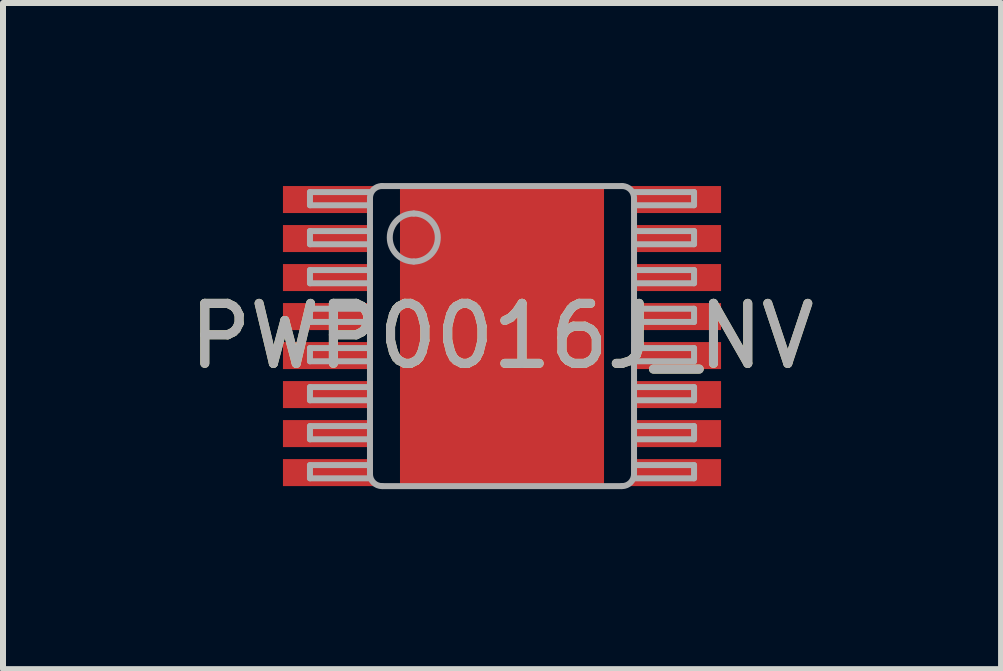
<source format=kicad_pcb>
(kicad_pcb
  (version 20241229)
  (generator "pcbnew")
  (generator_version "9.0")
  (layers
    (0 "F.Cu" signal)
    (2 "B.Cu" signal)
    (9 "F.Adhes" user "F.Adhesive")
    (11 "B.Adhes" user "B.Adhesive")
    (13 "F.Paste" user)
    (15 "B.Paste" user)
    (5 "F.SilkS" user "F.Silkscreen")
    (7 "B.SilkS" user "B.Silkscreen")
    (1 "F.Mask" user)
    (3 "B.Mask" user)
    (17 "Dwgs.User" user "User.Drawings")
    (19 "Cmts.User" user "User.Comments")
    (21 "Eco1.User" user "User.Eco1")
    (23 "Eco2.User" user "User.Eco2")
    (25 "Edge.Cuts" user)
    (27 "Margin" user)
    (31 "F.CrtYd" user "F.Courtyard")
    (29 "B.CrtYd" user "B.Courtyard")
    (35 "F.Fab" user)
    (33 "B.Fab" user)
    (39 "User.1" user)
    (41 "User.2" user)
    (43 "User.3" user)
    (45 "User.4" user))
  (footprint "PWP0016J_NV"
    (layer "F.Cu")
    (at 5.315 2.55)
    (property "Reference" "PWP0016J_NV" (at 0 0 0) (unlocked yes) (layer "F.SilkS") (effects (font (size 1 1) (thickness 0.15))))
    (attr smd)
    (fp_poly (pts (xy -1.23 1.726) (xy -1.23 -1.726) (xy -1.229 -1.735) (xy -1.226 -1.745) (xy -1.222 -1.753) (xy -1.216 -1.761) (xy -1.208 -1.767) (xy -1.2 -1.771) (xy -1.19 -1.774) (xy -1.181 -1.775) (xy 1.181 -1.775) (xy 1.19 -1.774) (xy 1.2 -1.771) (xy 1.208 -1.767) (xy 1.216 -1.761) (xy 1.222 -1.753) (xy 1.226 -1.745) (xy 1.229 -1.735) (xy 1.23 -1.726) (xy 1.23 1.726) (xy 1.229 1.735) (xy 1.226 1.745) (xy 1.222 1.753) (xy 1.216 1.761) (xy 1.208 1.767) (xy 1.2 1.771) (xy 1.19 1.774) (xy 1.181 1.775) (xy -1.181 1.775) (xy -1.19 1.774) (xy -1.2 1.771) (xy -1.208 1.767) (xy -1.216 1.761) (xy -1.222 1.753) (xy -1.226 1.745) (xy -1.229 1.735)) (stroke (width 0) (type solid)) (fill yes) (layer "F.Mask"))
    (fp_poly (pts (xy -1.23 1.726) (xy -1.23 -1.726) (xy -1.229 -1.735) (xy -1.226 -1.745) (xy -1.222 -1.753) (xy -1.216 -1.761) (xy -1.208 -1.767) (xy -1.2 -1.771) (xy -1.19 -1.774) (xy -1.181 -1.775) (xy 1.181 -1.775) (xy 1.19 -1.774) (xy 1.2 -1.771) (xy 1.208 -1.767) (xy 1.216 -1.761) (xy 1.222 -1.753) (xy 1.226 -1.745) (xy 1.229 -1.735) (xy 1.23 -1.726) (xy 1.23 1.726) (xy 1.229 1.735) (xy 1.226 1.745) (xy 1.222 1.753) (xy 1.216 1.761) (xy 1.208 1.767) (xy 1.2 1.771) (xy 1.19 1.774) (xy 1.181 1.775) (xy -1.181 1.775) (xy -1.19 1.774) (xy -1.2 1.771) (xy -1.208 1.767) (xy -1.216 1.761) (xy -1.222 1.753) (xy -1.226 1.745) (xy -1.229 1.735)) (stroke (width 0) (type solid)) (fill yes) (layer "F.Paste"))
    (fp_line (start -3.2 -2.4) (end -2.216 -2.4) (stroke (width 0.1) (type solid)) (layer "F.Fab"))
    (fp_line (start -3.2 -2.18) (end -3.2 -2.4) (stroke (width 0.1) (type solid)) (layer "F.Fab"))
    (fp_line (start -3.2 -2.18) (end -2.216 -2.18) (stroke (width 0.1) (type solid)) (layer "F.Fab"))
    (fp_line (start -3.2 -1.75) (end -2.216 -1.75) (stroke (width 0.1) (type solid)) (layer "F.Fab"))
    (fp_line (start -3.2 -1.53) (end -3.2 -1.75) (stroke (width 0.1) (type solid)) (layer "F.Fab"))
    (fp_line (start -3.2 -1.53) (end -2.216 -1.53) (stroke (width 0.1) (type solid)) (layer "F.Fab"))
    (fp_line (start -3.2 -1.1) (end -2.216 -1.1) (stroke (width 0.1) (type solid)) (layer "F.Fab"))
    (fp_line (start -3.2 -0.88) (end -3.2 -1.1) (stroke (width 0.1) (type solid)) (layer "F.Fab"))
    (fp_line (start -3.2 -0.88) (end -2.216 -0.88) (stroke (width 0.1) (type solid)) (layer "F.Fab"))
    (fp_line (start -3.2 -0.455) (end -2.216 -0.455) (stroke (width 0.1) (type solid)) (layer "F.Fab"))
    (fp_line (start -3.2 -0.235) (end -3.2 -0.455) (stroke (width 0.1) (type solid)) (layer "F.Fab"))
    (fp_line (start -3.2 -0.235) (end -2.216 -0.235) (stroke (width 0.1) (type solid)) (layer "F.Fab"))
    (fp_line (start -3.2 0.2) (end -2.216 0.2) (stroke (width 0.1) (type solid)) (layer "F.Fab"))
    (fp_line (start -3.2 0.42) (end -3.2 0.2) (stroke (width 0.1) (type solid)) (layer "F.Fab"))
    (fp_line (start -3.2 0.42) (end -2.216 0.42) (stroke (width 0.1) (type solid)) (layer "F.Fab"))
    (fp_line (start -3.2 0.85) (end -2.216 0.85) (stroke (width 0.1) (type solid)) (layer "F.Fab"))
    (fp_line (start -3.2 1.07) (end -3.2 0.85) (stroke (width 0.1) (type solid)) (layer "F.Fab"))
    (fp_line (start -3.2 1.07) (end -2.216 1.07) (stroke (width 0.1) (type solid)) (layer "F.Fab"))
    (fp_line (start -3.2 1.5) (end -2.216 1.5) (stroke (width 0.1) (type solid)) (layer "F.Fab"))
    (fp_line (start -3.2 1.72) (end -3.2 1.5) (stroke (width 0.1) (type solid)) (layer "F.Fab"))
    (fp_line (start -3.2 1.72) (end -2.216 1.72) (stroke (width 0.1) (type solid)) (layer "F.Fab"))
    (fp_line (start -3.2 2.15) (end -2.216 2.15) (stroke (width 0.1) (type solid)) (layer "F.Fab"))
    (fp_line (start -3.2 2.37) (end -3.2 2.15) (stroke (width 0.1) (type solid)) (layer "F.Fab"))
    (fp_line (start -3.2 2.37) (end -2.216 2.37) (stroke (width 0.1) (type solid)) (layer "F.Fab"))
    (fp_line (start -2.2 2.3) (end -2.2 -2.3) (stroke (width 0.1) (type solid)) (layer "F.Fab"))
    (fp_line (start -2 -2.5) (end 2 -2.5) (stroke (width 0.1) (type solid)) (layer "F.Fab"))
    (fp_line (start -2 2.5) (end 2 2.5) (stroke (width 0.1) (type solid)) (layer "F.Fab"))
    (fp_line (start 2.2 2.3) (end 2.2 -2.3) (stroke (width 0.1) (type solid)) (layer "F.Fab"))
    (fp_line (start 2.216 -2.4) (end 3.2 -2.4) (stroke (width 0.1) (type solid)) (layer "F.Fab"))
    (fp_line (start 2.216 -2.18) (end 3.2 -2.18) (stroke (width 0.1) (type solid)) (layer "F.Fab"))
    (fp_line (start 2.216 -1.75) (end 3.2 -1.75) (stroke (width 0.1) (type solid)) (layer "F.Fab"))
    (fp_line (start 2.216 -1.53) (end 3.2 -1.53) (stroke (width 0.1) (type solid)) (layer "F.Fab"))
    (fp_line (start 2.216 -1.1) (end 3.2 -1.1) (stroke (width 0.1) (type solid)) (layer "F.Fab"))
    (fp_line (start 2.216 -0.88) (end 3.2 -0.88) (stroke (width 0.1) (type solid)) (layer "F.Fab"))
    (fp_line (start 2.216 -0.455) (end 3.2 -0.455) (stroke (width 0.1) (type solid)) (layer "F.Fab"))
    (fp_line (start 2.216 -0.235) (end 3.2 -0.235) (stroke (width 0.1) (type solid)) (layer "F.Fab"))
    (fp_line (start 2.216 0.2) (end 3.2 0.2) (stroke (width 0.1) (type solid)) (layer "F.Fab"))
    (fp_line (start 2.216 0.42) (end 3.2 0.42) (stroke (width 0.1) (type solid)) (layer "F.Fab"))
    (fp_line (start 2.216 0.85) (end 3.2 0.85) (stroke (width 0.1) (type solid)) (layer "F.Fab"))
    (fp_line (start 2.216 1.07) (end 3.2 1.07) (stroke (width 0.1) (type solid)) (layer "F.Fab"))
    (fp_line (start 2.216 1.5) (end 3.2 1.5) (stroke (width 0.1) (type solid)) (layer "F.Fab"))
    (fp_line (start 2.216 1.72) (end 3.2 1.72) (stroke (width 0.1) (type solid)) (layer "F.Fab"))
    (fp_line (start 2.216 2.15) (end 3.2 2.15) (stroke (width 0.1) (type solid)) (layer "F.Fab"))
    (fp_line (start 2.216 2.37) (end 3.2 2.37) (stroke (width 0.1) (type solid)) (layer "F.Fab"))
    (fp_line (start 3.2 -2.18) (end 3.2 -2.4) (stroke (width 0.1) (type solid)) (layer "F.Fab"))
    (fp_line (start 3.2 -1.53) (end 3.2 -1.75) (stroke (width 0.1) (type solid)) (layer "F.Fab"))
    (fp_line (start 3.2 -0.88) (end 3.2 -1.1) (stroke (width 0.1) (type solid)) (layer "F.Fab"))
    (fp_line (start 3.2 -0.235) (end 3.2 -0.455) (stroke (width 0.1) (type solid)) (layer "F.Fab"))
    (fp_line (start 3.2 0.42) (end 3.2 0.2) (stroke (width 0.1) (type solid)) (layer "F.Fab"))
    (fp_line (start 3.2 1.07) (end 3.2 0.85) (stroke (width 0.1) (type solid)) (layer "F.Fab"))
    (fp_line (start 3.2 1.72) (end 3.2 1.5) (stroke (width 0.1) (type solid)) (layer "F.Fab"))
    (fp_line (start 3.2 2.37) (end 3.2 2.15) (stroke (width 0.1) (type solid)) (layer "F.Fab"))
    (fp_arc (start -2.200001 -2.3) (mid -2.141422 -2.441422) (end -2.000001 -2.5) (stroke (width 0.1) (type solid)) (layer "F.Fab"))
    (fp_arc (start -2.000001 2.5) (mid -2.141422 2.441422) (end -2.200001 2.3) (stroke (width 0.1) (type solid)) (layer "F.Fab"))
    (fp_arc (start -1.470139 -2.041987) (mid -1.07014 -1.641988) (end -1.470139 -1.241989) (stroke (width 0.1) (type solid)) (layer "F.Fab"))
    (fp_arc (start -1.470139 -1.241989) (mid -1.870139 -1.641988) (end -1.470139 -2.041987) (stroke (width 0.1) (type solid)) (layer "F.Fab"))
    (fp_arc (start 2.000001 -2.5) (mid 2.141422 -2.441422) (end 2.200001 -2.3) (stroke (width 0.1) (type solid)) (layer "F.Fab"))
    (fp_arc (start 2.200001 2.3) (mid 2.141422 2.441422) (end 2.000001 2.5) (stroke (width 0.1) (type solid)) (layer "F.Fab"))
    (fp_text user "${REFERENCE}" (at 0 0 0) (unlocked yes) (layer "F.Fab") (effects (font (size 1 1) (thickness 0.15))))
    (pad "1" smd rect (at -2.9 -2.275 90) (size 0.45 1.5) (layers "F.Cu" "F.Mask" "F.Paste"))
    (pad "2" smd rect (at -2.9 -1.625 90) (size 0.45 1.5) (layers "F.Cu" "F.Mask" "F.Paste"))
    (pad "3" smd rect (at -2.9 -0.975 90) (size 0.45 1.5) (layers "F.Cu" "F.Mask" "F.Paste"))
    (pad "4" smd rect (at -2.9 -0.325 90) (size 0.45 1.5) (layers "F.Cu" "F.Mask" "F.Paste"))
    (pad "5" smd rect (at -2.9 0.325 90) (size 0.45 1.5) (layers "F.Cu" "F.Mask" "F.Paste"))
    (pad "6" smd rect (at -2.9 0.975 90) (size 0.45 1.5) (layers "F.Cu" "F.Mask" "F.Paste"))
    (pad "7" smd rect (at -2.9 1.625 90) (size 0.45 1.5) (layers "F.Cu" "F.Mask" "F.Paste"))
    (pad "8" smd rect (at -2.9 2.275 90) (size 0.45 1.5) (layers "F.Cu" "F.Mask" "F.Paste"))
    (pad "9" smd rect (at 2.9 2.275 90) (size 0.45 1.5) (layers "F.Cu" "F.Mask" "F.Paste"))
    (pad "10" smd rect (at 2.9 1.625 90) (size 0.45 1.5) (layers "F.Cu" "F.Mask" "F.Paste"))
    (pad "11" smd rect (at 2.9 0.975 90) (size 0.45 1.5) (layers "F.Cu" "F.Mask" "F.Paste"))
    (pad "12" smd rect (at 2.9 0.325 90) (size 0.45 1.5) (layers "F.Cu" "F.Mask" "F.Paste"))
    (pad "13" smd rect (at 2.9 -0.325 90) (size 0.45 1.5) (layers "F.Cu" "F.Mask" "F.Paste"))
    (pad "14" smd rect (at 2.9 -0.975 90) (size 0.45 1.5) (layers "F.Cu" "F.Mask" "F.Paste"))
    (pad "15" smd rect (at 2.9 -1.625 90) (size 0.45 1.5) (layers "F.Cu" "F.Mask" "F.Paste"))
    (pad "16" smd rect (at 2.9 -2.275 90) (size 0.45 1.5) (layers "F.Cu" "F.Mask" "F.Paste"))
    (pad "17" smd rect (at 0 0) (size 3.4 5) (layers "F.Cu" "F.Mask" "F.Paste")))
  (gr_rect
    (start -3 -3)
    (end 13.631 8.1)
    (stroke (width 0.1) (type default))
    (fill no)
    (layer "Edge.Cuts")))
</source>
